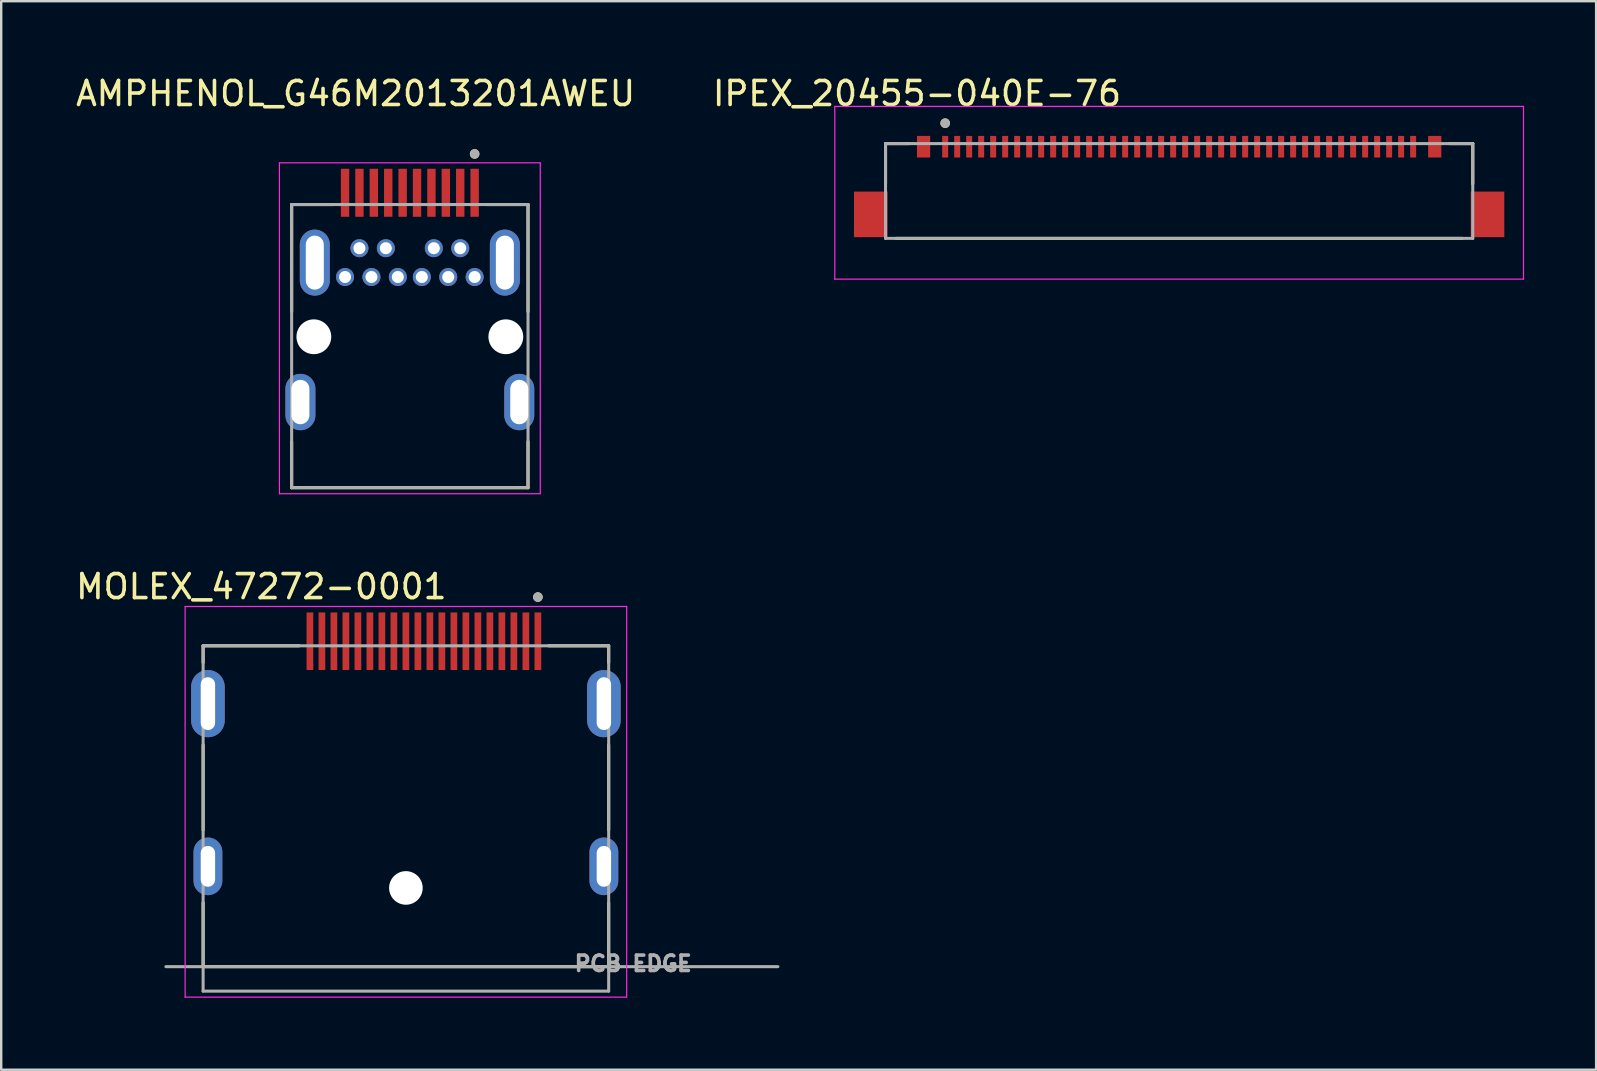
<source format=kicad_pcb>
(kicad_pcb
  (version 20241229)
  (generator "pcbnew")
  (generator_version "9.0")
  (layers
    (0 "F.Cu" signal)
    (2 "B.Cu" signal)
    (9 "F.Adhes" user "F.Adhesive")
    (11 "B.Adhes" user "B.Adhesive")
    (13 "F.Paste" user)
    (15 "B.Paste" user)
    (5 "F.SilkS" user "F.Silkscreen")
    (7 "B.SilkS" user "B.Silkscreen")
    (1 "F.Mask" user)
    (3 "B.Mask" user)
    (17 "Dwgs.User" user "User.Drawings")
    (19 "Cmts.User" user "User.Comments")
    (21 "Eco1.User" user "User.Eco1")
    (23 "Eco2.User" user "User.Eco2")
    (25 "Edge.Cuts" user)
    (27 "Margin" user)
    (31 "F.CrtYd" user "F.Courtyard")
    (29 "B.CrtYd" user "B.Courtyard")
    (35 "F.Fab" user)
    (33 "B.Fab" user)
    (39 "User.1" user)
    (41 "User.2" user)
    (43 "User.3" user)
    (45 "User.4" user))
  (footprint "IPEX_20455-040E-76"
    (layer "F.Cu")
    (at 46.086 4.983)
    (property "Reference" "IPEX_20455-040E-76" (at -10.925 -4.135 0) (layer "F.SilkS") (effects (font (size 1 1) (thickness 0.15))))
    (attr smd)
    (fp_line (start -12.235 -2.05) (end -12.235 -0.37) (stroke (width 0.127) (type solid)) (layer "F.SilkS"))
    (fp_line (start -12.235 -2.05) (end -11.25 -2.05) (stroke (width 0.127) (type solid)) (layer "F.SilkS"))
    (fp_line (start -11.8 1.9) (end 11.8 1.9) (stroke (width 0.127) (type solid)) (layer "F.SilkS"))
    (fp_line (start 11.25 -2.05) (end 12.235 -2.05) (stroke (width 0.127) (type solid)) (layer "F.SilkS"))
    (fp_line (start 12.235 -2.05) (end 12.235 -0.37) (stroke (width 0.127) (type solid)) (layer "F.SilkS"))
    (fp_circle (center -9.75 -2.9) (end -9.65 -2.9) (stroke (width 0.2) (type solid)) (fill no) (layer "F.SilkS"))
    (fp_line (start -14.35 -3.6) (end -14.35 3.6) (stroke (width 0.05) (type solid)) (layer "F.CrtYd"))
    (fp_line (start -14.35 3.6) (end 14.35 3.6) (stroke (width 0.05) (type solid)) (layer "F.CrtYd"))
    (fp_line (start 14.35 -3.6) (end -14.35 -3.6) (stroke (width 0.05) (type solid)) (layer "F.CrtYd"))
    (fp_line (start 14.35 3.6) (end 14.35 -3.6) (stroke (width 0.05) (type solid)) (layer "F.CrtYd"))
    (fp_poly (pts (xy -14.1 -3.35) (xy 14.1 -3.35) (xy 14.1 3.35) (xy 13.55 3.35) (xy 13.55 -0.05) (xy 12.15 -0.05) (xy 12.15 -2.37) (xy -12.15 -2.37) (xy -12.15 -0.05) (xy -13.55 -0.05) (xy -13.55 3.35) (xy -14.1 3.35)) (stroke (width 0.001) (type solid)) (fill no) (layer "F.CrtYd"))
    (fp_line (start -12.235 -2.05) (end 12.235 -2.05) (stroke (width 0.127) (type solid)) (layer "F.Fab"))
    (fp_line (start -12.235 1.9) (end -12.235 -2.05) (stroke (width 0.127) (type solid)) (layer "F.Fab"))
    (fp_line (start 12.235 -2.05) (end 12.235 1.9) (stroke (width 0.127) (type solid)) (layer "F.Fab"))
    (fp_line (start 12.235 1.9) (end -12.235 1.9) (stroke (width 0.127) (type solid)) (layer "F.Fab"))
    (fp_circle (center -9.75 -2.9) (end -9.65 -2.9) (stroke (width 0.2) (type solid)) (fill no) (layer "F.Fab"))
    (pad "1" smd rect (at -9.75 -1.92) (size 0.25 0.9) (layers "F.Cu" "F.Mask" "F.Paste"))
    (pad "2" smd rect (at -9.25 -1.92) (size 0.25 0.9) (layers "F.Cu" "F.Mask" "F.Paste"))
    (pad "3" smd rect (at -8.75 -1.92) (size 0.25 0.9) (layers "F.Cu" "F.Mask" "F.Paste"))
    (pad "4" smd rect (at -8.25 -1.92) (size 0.25 0.9) (layers "F.Cu" "F.Mask" "F.Paste"))
    (pad "5" smd rect (at -7.75 -1.92) (size 0.25 0.9) (layers "F.Cu" "F.Mask" "F.Paste"))
    (pad "6" smd rect (at -7.25 -1.92) (size 0.25 0.9) (layers "F.Cu" "F.Mask" "F.Paste"))
    (pad "7" smd rect (at -6.75 -1.92) (size 0.25 0.9) (layers "F.Cu" "F.Mask" "F.Paste"))
    (pad "8" smd rect (at -6.25 -1.92) (size 0.25 0.9) (layers "F.Cu" "F.Mask" "F.Paste"))
    (pad "9" smd rect (at -5.75 -1.92) (size 0.25 0.9) (layers "F.Cu" "F.Mask" "F.Paste"))
    (pad "10" smd rect (at -5.25 -1.92) (size 0.25 0.9) (layers "F.Cu" "F.Mask" "F.Paste"))
    (pad "11" smd rect (at -4.75 -1.92) (size 0.25 0.9) (layers "F.Cu" "F.Mask" "F.Paste"))
    (pad "12" smd rect (at -4.25 -1.92) (size 0.25 0.9) (layers "F.Cu" "F.Mask" "F.Paste"))
    (pad "13" smd rect (at -3.75 -1.92) (size 0.25 0.9) (layers "F.Cu" "F.Mask" "F.Paste"))
    (pad "14" smd rect (at -3.25 -1.92) (size 0.25 0.9) (layers "F.Cu" "F.Mask" "F.Paste"))
    (pad "15" smd rect (at -2.75 -1.92) (size 0.25 0.9) (layers "F.Cu" "F.Mask" "F.Paste"))
    (pad "16" smd rect (at -2.25 -1.92) (size 0.25 0.9) (layers "F.Cu" "F.Mask" "F.Paste"))
    (pad "17" smd rect (at -1.75 -1.92) (size 0.25 0.9) (layers "F.Cu" "F.Mask" "F.Paste"))
    (pad "18" smd rect (at -1.25 -1.92) (size 0.25 0.9) (layers "F.Cu" "F.Mask" "F.Paste"))
    (pad "19" smd rect (at -0.75 -1.92) (size 0.25 0.9) (layers "F.Cu" "F.Mask" "F.Paste"))
    (pad "20" smd rect (at -0.25 -1.92) (size 0.25 0.9) (layers "F.Cu" "F.Mask" "F.Paste"))
    (pad "21" smd rect (at 0.25 -1.92) (size 0.25 0.9) (layers "F.Cu" "F.Mask" "F.Paste"))
    (pad "22" smd rect (at 0.75 -1.92) (size 0.25 0.9) (layers "F.Cu" "F.Mask" "F.Paste"))
    (pad "23" smd rect (at 1.25 -1.92) (size 0.25 0.9) (layers "F.Cu" "F.Mask" "F.Paste"))
    (pad "24" smd rect (at 1.75 -1.92) (size 0.25 0.9) (layers "F.Cu" "F.Mask" "F.Paste"))
    (pad "25" smd rect (at 2.25 -1.92) (size 0.25 0.9) (layers "F.Cu" "F.Mask" "F.Paste"))
    (pad "26" smd rect (at 2.75 -1.92) (size 0.25 0.9) (layers "F.Cu" "F.Mask" "F.Paste"))
    (pad "27" smd rect (at 3.25 -1.92) (size 0.25 0.9) (layers "F.Cu" "F.Mask" "F.Paste"))
    (pad "28" smd rect (at 3.75 -1.92) (size 0.25 0.9) (layers "F.Cu" "F.Mask" "F.Paste"))
    (pad "29" smd rect (at 4.25 -1.92) (size 0.25 0.9) (layers "F.Cu" "F.Mask" "F.Paste"))
    (pad "30" smd rect (at 4.75 -1.92) (size 0.25 0.9) (layers "F.Cu" "F.Mask" "F.Paste"))
    (pad "31" smd rect (at 5.25 -1.92) (size 0.25 0.9) (layers "F.Cu" "F.Mask" "F.Paste"))
    (pad "32" smd rect (at 5.75 -1.92) (size 0.25 0.9) (layers "F.Cu" "F.Mask" "F.Paste"))
    (pad "33" smd rect (at 6.25 -1.92) (size 0.25 0.9) (layers "F.Cu" "F.Mask" "F.Paste"))
    (pad "34" smd rect (at 6.75 -1.92) (size 0.25 0.9) (layers "F.Cu" "F.Mask" "F.Paste"))
    (pad "35" smd rect (at 7.25 -1.92) (size 0.25 0.9) (layers "F.Cu" "F.Mask" "F.Paste"))
    (pad "36" smd rect (at 7.75 -1.92) (size 0.25 0.9) (layers "F.Cu" "F.Mask" "F.Paste"))
    (pad "37" smd rect (at 8.25 -1.92) (size 0.25 0.9) (layers "F.Cu" "F.Mask" "F.Paste"))
    (pad "38" smd rect (at 8.75 -1.92) (size 0.25 0.9) (layers "F.Cu" "F.Mask" "F.Paste"))
    (pad "39" smd rect (at 9.25 -1.92) (size 0.25 0.9) (layers "F.Cu" "F.Mask" "F.Paste"))
    (pad "40" smd rect (at 9.75 -1.92) (size 0.25 0.9) (layers "F.Cu" "F.Mask" "F.Paste"))
    (pad "S1" smd rect (at -10.65 -1.92) (size 0.55 0.9) (layers "F.Cu" "F.Mask" "F.Paste"))
    (pad "S2" smd rect (at -12.85 0.9) (size 1.4 1.9) (layers "F.Cu" "F.Mask" "F.Paste"))
    (pad "S3" smd rect (at 10.65 -1.92) (size 0.55 0.9) (layers "F.Cu" "F.Mask" "F.Paste"))
    (pad "S4" smd rect (at 12.85 0.9) (size 1.4 1.9) (layers "F.Cu" "F.Mask" "F.Paste")))
  (footprint "AMPHENOL_G46M2013201AWEU"
    (layer "F.Cu")
    (at 14.028 10.983)
    (property "Reference" "AMPHENOL_G46M2013201AWEU" (at -2.26 -10.135 0) (layer "F.SilkS") (effects (font (size 1 1) (thickness 0.15))))
    (attr through_hole)
    (fp_line (start -4.925 -5.51) (end -3.195 -5.51) (stroke (width 0.127) (type solid)) (layer "F.SilkS"))
    (fp_line (start -4.925 -1.045) (end -4.925 -5.51) (stroke (width 0.127) (type solid)) (layer "F.SilkS"))
    (fp_line (start -4.925 6.29) (end -4.925 4.365) (stroke (width 0.127) (type solid)) (layer "F.SilkS"))
    (fp_line (start 3.195 -5.51) (end 4.925 -5.51) (stroke (width 0.127) (type solid)) (layer "F.SilkS"))
    (fp_line (start 4.925 -5.51) (end 4.925 -1.045) (stroke (width 0.127) (type solid)) (layer "F.SilkS"))
    (fp_line (start 4.925 6.29) (end -4.925 6.29) (stroke (width 0.127) (type solid)) (layer "F.SilkS"))
    (fp_line (start 4.925 6.29) (end 4.925 4.365) (stroke (width 0.127) (type solid)) (layer "F.SilkS"))
    (fp_circle (center 2.7 -7.619) (end 2.8 -7.619) (stroke (width 0.2) (type solid)) (fill no) (layer "F.SilkS"))
    (fp_line (start -5.435 -7.25) (end -5.435 6.54) (stroke (width 0.05) (type solid)) (layer "F.CrtYd"))
    (fp_line (start -5.435 6.54) (end 5.435 6.54) (stroke (width 0.05) (type solid)) (layer "F.CrtYd"))
    (fp_line (start 5.435 -7.25) (end -5.435 -7.25) (stroke (width 0.05) (type solid)) (layer "F.CrtYd"))
    (fp_line (start 5.435 6.54) (end 5.435 -7.25) (stroke (width 0.05) (type solid)) (layer "F.CrtYd"))
    (fp_line (start -4.925 -5.51) (end 4.925 -5.51) (stroke (width 0.127) (type solid)) (layer "F.Fab"))
    (fp_line (start -4.925 6.29) (end -4.925 -5.51) (stroke (width 0.127) (type solid)) (layer "F.Fab"))
    (fp_line (start 4.925 -5.51) (end 4.925 6.29) (stroke (width 0.127) (type solid)) (layer "F.Fab"))
    (fp_line (start 4.925 6.29) (end -4.925 6.29) (stroke (width 0.127) (type solid)) (layer "F.Fab"))
    (fp_circle (center 2.7 -7.619) (end 2.8 -7.619) (stroke (width 0.2) (type solid)) (fill no) (layer "F.Fab"))
    (pad "" np_thru_hole circle (at -4 0) (size 1.45 1.45) (drill 1.45) (layers "*.Cu" "*.Mask"))
    (pad "" np_thru_hole circle (at 4 0) (size 1.45 1.45) (drill 1.45) (layers "*.Cu" "*.Mask"))
    (pad "1" smd rect (at 2.7 -6) (size 0.35 2) (layers "F.Cu" "F.Mask" "F.Paste"))
    (pad "2" thru_hole circle (at 2.7 -2.49) (size 0.75 0.75) (drill 0.5) (layers "*.Cu" "*.Mask"))
    (pad "3" smd rect (at 2.1 -6) (size 0.35 2) (layers "F.Cu" "F.Mask" "F.Paste"))
    (pad "4" thru_hole circle (at 2.1 -3.69) (size 0.75 0.75) (drill 0.5) (layers "*.Cu" "*.Mask"))
    (pad "5" smd rect (at 1.5 -6) (size 0.35 2) (layers "F.Cu" "F.Mask" "F.Paste"))
    (pad "6" thru_hole circle (at 1.6 -2.49) (size 0.75 0.75) (drill 0.5) (layers "*.Cu" "*.Mask"))
    (pad "7" smd rect (at 0.9 -6) (size 0.35 2) (layers "F.Cu" "F.Mask" "F.Paste"))
    (pad "8" thru_hole circle (at 1 -3.69) (size 0.75 0.75) (drill 0.5) (layers "*.Cu" "*.Mask"))
    (pad "9" smd rect (at 0.3 -6) (size 0.35 2) (layers "F.Cu" "F.Mask" "F.Paste"))
    (pad "10" thru_hole circle (at 0.5 -2.49) (size 0.75 0.75) (drill 0.5) (layers "*.Cu" "*.Mask"))
    (pad "11" smd rect (at -0.3 -6) (size 0.35 2) (layers "F.Cu" "F.Mask" "F.Paste"))
    (pad "12" thru_hole circle (at -0.5 -2.49) (size 0.75 0.75) (drill 0.5) (layers "*.Cu" "*.Mask"))
    (pad "13" smd rect (at -0.9 -6) (size 0.35 2) (layers "F.Cu" "F.Mask" "F.Paste"))
    (pad "14" thru_hole circle (at -1 -3.69) (size 0.75 0.75) (drill 0.5) (layers "*.Cu" "*.Mask"))
    (pad "15" smd rect (at -1.5 -6) (size 0.35 2) (layers "F.Cu" "F.Mask" "F.Paste"))
    (pad "16" thru_hole circle (at -1.6 -2.49) (size 0.75 0.75) (drill 0.5) (layers "*.Cu" "*.Mask"))
    (pad "17" smd rect (at -2.1 -6) (size 0.35 2) (layers "F.Cu" "F.Mask" "F.Paste"))
    (pad "18" thru_hole circle (at -2.1 -3.69) (size 0.75 0.75) (drill 0.5) (layers "*.Cu" "*.Mask"))
    (pad "19" smd rect (at -2.7 -6) (size 0.35 2) (layers "F.Cu" "F.Mask" "F.Paste"))
    (pad "20" thru_hole circle (at -2.7 -2.49) (size 0.75 0.75) (drill 0.5) (layers "*.Cu" "*.Mask"))
    (pad "S1" thru_hole oval (at -4.56 2.72) (size 1.25 2.35) (drill oval 0.75 1.85) (layers "*.Cu" "*.Mask"))
    (pad "S2" thru_hole oval (at 4.56 2.72) (size 1.25 2.35) (drill oval 0.75 1.85) (layers "*.Cu" "*.Mask"))
    (pad "S3" thru_hole oval (at -3.96 -3.09) (size 1.25 2.75) (drill oval 0.75 2.25) (layers "*.Cu" "*.Mask"))
    (pad "S4" thru_hole oval (at 3.96 -3.09) (size 1.25 2.75) (drill oval 0.75 2.25) (layers "*.Cu" "*.Mask")))
  (footprint "MOLEX_47272-0001"
    (layer "F.Cu")
    (at 13.864 37.231)
    (property "Reference" "MOLEX_47272-0001" (at -6.025 -15.835 0) (layer "F.SilkS") (effects (font (size 1 1) (thickness 0.15))))
    (attr smd)
    (fp_line (start -8.45 -13.37) (end -8.45 -12.67) (stroke (width 0.127) (type solid)) (layer "F.SilkS"))
    (fp_line (start -8.45 -9.24) (end -8.45 -5.69) (stroke (width 0.127) (type solid)) (layer "F.SilkS"))
    (fp_line (start -8.45 -2.66) (end -8.45 0) (stroke (width 0.127) (type solid)) (layer "F.SilkS"))
    (fp_line (start -8.45 0) (end 8.45 0) (stroke (width 0.127) (type solid)) (layer "F.SilkS"))
    (fp_line (start -4.45 -13.37) (end -8.45 -13.37) (stroke (width 0.127) (type solid)) (layer "F.SilkS"))
    (fp_line (start 8.45 -13.37) (end 5.95 -13.37) (stroke (width 0.127) (type solid)) (layer "F.SilkS"))
    (fp_line (start 8.45 -13.37) (end 8.45 -12.67) (stroke (width 0.127) (type solid)) (layer "F.SilkS"))
    (fp_line (start 8.45 -9.24) (end 8.45 -5.69) (stroke (width 0.127) (type solid)) (layer "F.SilkS"))
    (fp_line (start 8.45 -2.66) (end 8.45 0) (stroke (width 0.127) (type solid)) (layer "F.SilkS"))
    (fp_circle (center 5.5 -15.4) (end 5.6 -15.4) (stroke (width 0.2) (type solid)) (fill no) (layer "F.SilkS"))
    (fp_line (start -9.2 -15.01) (end 9.2 -15.01) (stroke (width 0.05) (type solid)) (layer "F.CrtYd"))
    (fp_line (start -9.2 1.27) (end -9.2 -15.01) (stroke (width 0.05) (type solid)) (layer "F.CrtYd"))
    (fp_line (start 9.2 -15.01) (end 9.2 1.27) (stroke (width 0.05) (type solid)) (layer "F.CrtYd"))
    (fp_line (start 9.2 1.27) (end -9.2 1.27) (stroke (width 0.05) (type solid)) (layer "F.CrtYd"))
    (fp_line (start -8.45 -13.37) (end 8.45 -13.37) (stroke (width 0.127) (type solid)) (layer "F.Fab"))
    (fp_line (start -8.45 1.02) (end -8.45 -13.37) (stroke (width 0.127) (type solid)) (layer "F.Fab"))
    (fp_line (start 8.45 -13.37) (end 8.45 1.02) (stroke (width 0.127) (type solid)) (layer "F.Fab"))
    (fp_line (start 8.45 1.02) (end -8.45 1.02) (stroke (width 0.127) (type solid)) (layer "F.Fab"))
    (fp_line (start 15.5 0) (end -10 0) (stroke (width 0.127) (type solid)) (layer "F.Fab"))
    (fp_circle (center 5.5 -15.4) (end 5.6 -15.4) (stroke (width 0.2) (type solid)) (fill no) (layer "F.Fab"))
    (fp_text user "PCB EDGE" (at 9.47 -0.13 0) (layer "F.Fab") (effects (font (size 0.64 0.64) (thickness 0.15))))
    (pad "" np_thru_hole circle (at 0 -3.28) (size 1.4 1.4) (drill 1.4) (layers "*.Cu" "*.Mask"))
    (pad "1" smd rect (at 5.5 -13.56) (size 0.28 2.4) (layers "F.Cu" "F.Mask" "F.Paste"))
    (pad "2" smd rect (at 5 -13.56) (size 0.28 2.4) (layers "F.Cu" "F.Mask" "F.Paste"))
    (pad "3" smd rect (at 4.5 -13.56) (size 0.28 2.4) (layers "F.Cu" "F.Mask" "F.Paste"))
    (pad "4" smd rect (at 4 -13.56) (size 0.28 2.4) (layers "F.Cu" "F.Mask" "F.Paste"))
    (pad "5" smd rect (at 3.5 -13.56) (size 0.28 2.4) (layers "F.Cu" "F.Mask" "F.Paste"))
    (pad "6" smd rect (at 3 -13.56) (size 0.28 2.4) (layers "F.Cu" "F.Mask" "F.Paste"))
    (pad "7" smd rect (at 2.5 -13.56) (size 0.28 2.4) (layers "F.Cu" "F.Mask" "F.Paste"))
    (pad "8" smd rect (at 2 -13.56) (size 0.28 2.4) (layers "F.Cu" "F.Mask" "F.Paste"))
    (pad "9" smd rect (at 1.5 -13.56) (size 0.28 2.4) (layers "F.Cu" "F.Mask" "F.Paste"))
    (pad "10" smd rect (at 1 -13.56) (size 0.28 2.4) (layers "F.Cu" "F.Mask" "F.Paste"))
    (pad "11" smd rect (at 0.5 -13.56) (size 0.28 2.4) (layers "F.Cu" "F.Mask" "F.Paste"))
    (pad "12" smd rect (at 0 -13.56) (size 0.28 2.4) (layers "F.Cu" "F.Mask" "F.Paste"))
    (pad "13" smd rect (at -0.5 -13.56) (size 0.28 2.4) (layers "F.Cu" "F.Mask" "F.Paste"))
    (pad "14" smd rect (at -1 -13.56) (size 0.28 2.4) (layers "F.Cu" "F.Mask" "F.Paste"))
    (pad "15" smd rect (at -1.5 -13.56) (size 0.28 2.4) (layers "F.Cu" "F.Mask" "F.Paste"))
    (pad "16" smd rect (at -2 -13.56) (size 0.28 2.4) (layers "F.Cu" "F.Mask" "F.Paste"))
    (pad "17" smd rect (at -2.5 -13.56) (size 0.28 2.4) (layers "F.Cu" "F.Mask" "F.Paste"))
    (pad "18" smd rect (at -3 -13.56) (size 0.28 2.4) (layers "F.Cu" "F.Mask" "F.Paste"))
    (pad "19" smd rect (at -3.5 -13.56) (size 0.28 2.4) (layers "F.Cu" "F.Mask" "F.Paste"))
    (pad "20" smd rect (at -4 -13.56) (size 0.28 2.4) (layers "F.Cu" "F.Mask" "F.Paste"))
    (pad "S1" thru_hole oval (at -8.25 -10.96) (size 1.4 2.8) (drill oval 0.6 2.2) (layers "*.Cu" "*.Mask"))
    (pad "S2" thru_hole oval (at 8.25 -10.96) (size 1.4 2.8) (drill oval 0.6 2.2) (layers "*.Cu" "*.Mask"))
    (pad "S3" thru_hole oval (at -8.25 -4.18) (size 1.2 2.4) (drill oval 0.6 1.7) (layers "*.Cu" "*.Mask"))
    (pad "S4" thru_hole oval (at 8.25 -4.18) (size 1.2 2.4) (drill oval 0.6 1.7) (layers "*.Cu" "*.Mask")))
  (gr_rect
    (start -3 -3)
    (end 63.461 41.526)
    (stroke (width 0.1) (type default))
    (fill no)
    (layer "Edge.Cuts")))
</source>
